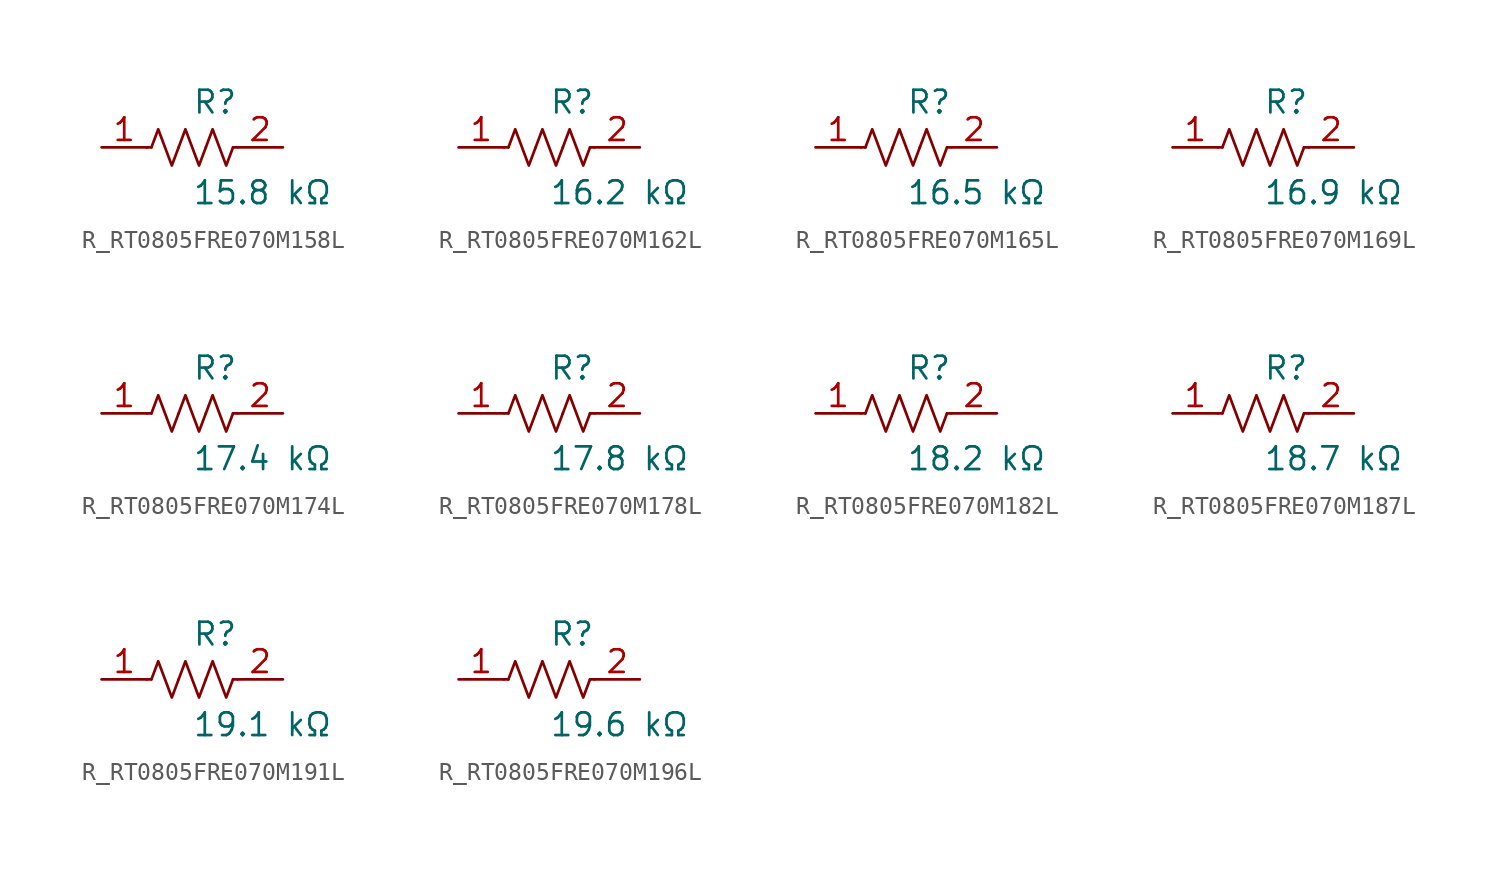
<source format=kicad_sym>
(kicad_symbol_lib
  (version 20231120)
  (generator kicad_symbol_editor)
  (generator_version 8.0)
  (symbol "R_RT0805FRE070M158L"
    (pin_names
      (offset 0.254))
    (property "Reference" "R"
      (at 0.0 2.54 0)
      (effects (font (size 1.27 1.27)) (justify left)))
    (property "Value" "15.8 kΩ"
      (at 0.0 -2.54 0)
      (effects (font (size 1.27 1.27)) (justify left)))
    (symbol "R_RT0805FRE070M158L_0_1"
      (polyline (pts (xy 2.286 0) (xy 2.54 0)) (stroke (width 0) (type default)) (fill (type none)))
      (polyline (pts (xy -2.286 0) (xy -2.54 0)) (stroke (width 0) (type default)) (fill (type none)))
      (polyline (pts (xy 0.762 0) (xy 1.143 1.016) (xy 1.524 0) (xy 1.905 -1.016) (xy 2.286 0)) (stroke (width 0) (type default)) (fill (type none)))
      (polyline (pts (xy -0.762 0) (xy -0.381 1.016) (xy 0 0) (xy 0.381 -1.016) (xy 0.762 0)) (stroke (width 0) (type default)) (fill (type none)))
      (polyline (pts (xy -2.286 0) (xy -1.905 1.016) (xy -1.524 0) (xy -1.143 -1.016) (xy -0.762 0)) (stroke (width 0) (type default)) (fill (type none))))
    (pin unspecified line
      (at -5.08 0 0)
      (length 2.54)
      (name "" (effects (font (size 1.27 1.27))))
      (number "1" (effects (font (size 1.27 1.27)))))
    (pin unspecified line
      (at 5.08 0 180)
      (length 2.54)
      (name "" (effects (font (size 1.27 1.27))))
      (number "2" (effects (font (size 1.27 1.27))))))
  (symbol "R_RT0805FRE070M162L"
    (pin_names
      (offset 0.254))
    (property "Reference" "R"
      (at 0.0 2.54 0)
      (effects (font (size 1.27 1.27)) (justify left)))
    (property "Value" "16.2 kΩ"
      (at 0.0 -2.54 0)
      (effects (font (size 1.27 1.27)) (justify left)))
    (symbol "R_RT0805FRE070M162L_0_1"
      (polyline (pts (xy 2.286 0) (xy 2.54 0)) (stroke (width 0) (type default)) (fill (type none)))
      (polyline (pts (xy -2.286 0) (xy -2.54 0)) (stroke (width 0) (type default)) (fill (type none)))
      (polyline (pts (xy 0.762 0) (xy 1.143 1.016) (xy 1.524 0) (xy 1.905 -1.016) (xy 2.286 0)) (stroke (width 0) (type default)) (fill (type none)))
      (polyline (pts (xy -0.762 0) (xy -0.381 1.016) (xy 0 0) (xy 0.381 -1.016) (xy 0.762 0)) (stroke (width 0) (type default)) (fill (type none)))
      (polyline (pts (xy -2.286 0) (xy -1.905 1.016) (xy -1.524 0) (xy -1.143 -1.016) (xy -0.762 0)) (stroke (width 0) (type default)) (fill (type none))))
    (pin unspecified line
      (at -5.08 0 0)
      (length 2.54)
      (name "" (effects (font (size 1.27 1.27))))
      (number "1" (effects (font (size 1.27 1.27)))))
    (pin unspecified line
      (at 5.08 0 180)
      (length 2.54)
      (name "" (effects (font (size 1.27 1.27))))
      (number "2" (effects (font (size 1.27 1.27))))))
  (symbol "R_RT0805FRE070M165L"
    (pin_names
      (offset 0.254))
    (property "Reference" "R"
      (at 0.0 2.54 0)
      (effects (font (size 1.27 1.27)) (justify left)))
    (property "Value" "16.5 kΩ"
      (at 0.0 -2.54 0)
      (effects (font (size 1.27 1.27)) (justify left)))
    (symbol "R_RT0805FRE070M165L_0_1"
      (polyline (pts (xy 2.286 0) (xy 2.54 0)) (stroke (width 0) (type default)) (fill (type none)))
      (polyline (pts (xy -2.286 0) (xy -2.54 0)) (stroke (width 0) (type default)) (fill (type none)))
      (polyline (pts (xy 0.762 0) (xy 1.143 1.016) (xy 1.524 0) (xy 1.905 -1.016) (xy 2.286 0)) (stroke (width 0) (type default)) (fill (type none)))
      (polyline (pts (xy -0.762 0) (xy -0.381 1.016) (xy 0 0) (xy 0.381 -1.016) (xy 0.762 0)) (stroke (width 0) (type default)) (fill (type none)))
      (polyline (pts (xy -2.286 0) (xy -1.905 1.016) (xy -1.524 0) (xy -1.143 -1.016) (xy -0.762 0)) (stroke (width 0) (type default)) (fill (type none))))
    (pin unspecified line
      (at -5.08 0 0)
      (length 2.54)
      (name "" (effects (font (size 1.27 1.27))))
      (number "1" (effects (font (size 1.27 1.27)))))
    (pin unspecified line
      (at 5.08 0 180)
      (length 2.54)
      (name "" (effects (font (size 1.27 1.27))))
      (number "2" (effects (font (size 1.27 1.27))))))
  (symbol "R_RT0805FRE070M169L"
    (pin_names
      (offset 0.254))
    (property "Reference" "R"
      (at 0.0 2.54 0)
      (effects (font (size 1.27 1.27)) (justify left)))
    (property "Value" "16.9 kΩ"
      (at 0.0 -2.54 0)
      (effects (font (size 1.27 1.27)) (justify left)))
    (symbol "R_RT0805FRE070M169L_0_1"
      (polyline (pts (xy 2.286 0) (xy 2.54 0)) (stroke (width 0) (type default)) (fill (type none)))
      (polyline (pts (xy -2.286 0) (xy -2.54 0)) (stroke (width 0) (type default)) (fill (type none)))
      (polyline (pts (xy 0.762 0) (xy 1.143 1.016) (xy 1.524 0) (xy 1.905 -1.016) (xy 2.286 0)) (stroke (width 0) (type default)) (fill (type none)))
      (polyline (pts (xy -0.762 0) (xy -0.381 1.016) (xy 0 0) (xy 0.381 -1.016) (xy 0.762 0)) (stroke (width 0) (type default)) (fill (type none)))
      (polyline (pts (xy -2.286 0) (xy -1.905 1.016) (xy -1.524 0) (xy -1.143 -1.016) (xy -0.762 0)) (stroke (width 0) (type default)) (fill (type none))))
    (pin unspecified line
      (at -5.08 0 0)
      (length 2.54)
      (name "" (effects (font (size 1.27 1.27))))
      (number "1" (effects (font (size 1.27 1.27)))))
    (pin unspecified line
      (at 5.08 0 180)
      (length 2.54)
      (name "" (effects (font (size 1.27 1.27))))
      (number "2" (effects (font (size 1.27 1.27))))))
  (symbol "R_RT0805FRE070M174L"
    (pin_names
      (offset 0.254))
    (property "Reference" "R"
      (at 0.0 2.54 0)
      (effects (font (size 1.27 1.27)) (justify left)))
    (property "Value" "17.4 kΩ"
      (at 0.0 -2.54 0)
      (effects (font (size 1.27 1.27)) (justify left)))
    (symbol "R_RT0805FRE070M174L_0_1"
      (polyline (pts (xy 2.286 0) (xy 2.54 0)) (stroke (width 0) (type default)) (fill (type none)))
      (polyline (pts (xy -2.286 0) (xy -2.54 0)) (stroke (width 0) (type default)) (fill (type none)))
      (polyline (pts (xy 0.762 0) (xy 1.143 1.016) (xy 1.524 0) (xy 1.905 -1.016) (xy 2.286 0)) (stroke (width 0) (type default)) (fill (type none)))
      (polyline (pts (xy -0.762 0) (xy -0.381 1.016) (xy 0 0) (xy 0.381 -1.016) (xy 0.762 0)) (stroke (width 0) (type default)) (fill (type none)))
      (polyline (pts (xy -2.286 0) (xy -1.905 1.016) (xy -1.524 0) (xy -1.143 -1.016) (xy -0.762 0)) (stroke (width 0) (type default)) (fill (type none))))
    (pin unspecified line
      (at -5.08 0 0)
      (length 2.54)
      (name "" (effects (font (size 1.27 1.27))))
      (number "1" (effects (font (size 1.27 1.27)))))
    (pin unspecified line
      (at 5.08 0 180)
      (length 2.54)
      (name "" (effects (font (size 1.27 1.27))))
      (number "2" (effects (font (size 1.27 1.27))))))
  (symbol "R_RT0805FRE070M178L"
    (pin_names
      (offset 0.254))
    (property "Reference" "R"
      (at 0.0 2.54 0)
      (effects (font (size 1.27 1.27)) (justify left)))
    (property "Value" "17.8 kΩ"
      (at 0.0 -2.54 0)
      (effects (font (size 1.27 1.27)) (justify left)))
    (symbol "R_RT0805FRE070M178L_0_1"
      (polyline (pts (xy 2.286 0) (xy 2.54 0)) (stroke (width 0) (type default)) (fill (type none)))
      (polyline (pts (xy -2.286 0) (xy -2.54 0)) (stroke (width 0) (type default)) (fill (type none)))
      (polyline (pts (xy 0.762 0) (xy 1.143 1.016) (xy 1.524 0) (xy 1.905 -1.016) (xy 2.286 0)) (stroke (width 0) (type default)) (fill (type none)))
      (polyline (pts (xy -0.762 0) (xy -0.381 1.016) (xy 0 0) (xy 0.381 -1.016) (xy 0.762 0)) (stroke (width 0) (type default)) (fill (type none)))
      (polyline (pts (xy -2.286 0) (xy -1.905 1.016) (xy -1.524 0) (xy -1.143 -1.016) (xy -0.762 0)) (stroke (width 0) (type default)) (fill (type none))))
    (pin unspecified line
      (at -5.08 0 0)
      (length 2.54)
      (name "" (effects (font (size 1.27 1.27))))
      (number "1" (effects (font (size 1.27 1.27)))))
    (pin unspecified line
      (at 5.08 0 180)
      (length 2.54)
      (name "" (effects (font (size 1.27 1.27))))
      (number "2" (effects (font (size 1.27 1.27))))))
  (symbol "R_RT0805FRE070M182L"
    (pin_names
      (offset 0.254))
    (property "Reference" "R"
      (at 0.0 2.54 0)
      (effects (font (size 1.27 1.27)) (justify left)))
    (property "Value" "18.2 kΩ"
      (at 0.0 -2.54 0)
      (effects (font (size 1.27 1.27)) (justify left)))
    (symbol "R_RT0805FRE070M182L_0_1"
      (polyline (pts (xy 2.286 0) (xy 2.54 0)) (stroke (width 0) (type default)) (fill (type none)))
      (polyline (pts (xy -2.286 0) (xy -2.54 0)) (stroke (width 0) (type default)) (fill (type none)))
      (polyline (pts (xy 0.762 0) (xy 1.143 1.016) (xy 1.524 0) (xy 1.905 -1.016) (xy 2.286 0)) (stroke (width 0) (type default)) (fill (type none)))
      (polyline (pts (xy -0.762 0) (xy -0.381 1.016) (xy 0 0) (xy 0.381 -1.016) (xy 0.762 0)) (stroke (width 0) (type default)) (fill (type none)))
      (polyline (pts (xy -2.286 0) (xy -1.905 1.016) (xy -1.524 0) (xy -1.143 -1.016) (xy -0.762 0)) (stroke (width 0) (type default)) (fill (type none))))
    (pin unspecified line
      (at -5.08 0 0)
      (length 2.54)
      (name "" (effects (font (size 1.27 1.27))))
      (number "1" (effects (font (size 1.27 1.27)))))
    (pin unspecified line
      (at 5.08 0 180)
      (length 2.54)
      (name "" (effects (font (size 1.27 1.27))))
      (number "2" (effects (font (size 1.27 1.27))))))
  (symbol "R_RT0805FRE070M187L"
    (pin_names
      (offset 0.254))
    (property "Reference" "R"
      (at 0.0 2.54 0)
      (effects (font (size 1.27 1.27)) (justify left)))
    (property "Value" "18.7 kΩ"
      (at 0.0 -2.54 0)
      (effects (font (size 1.27 1.27)) (justify left)))
    (symbol "R_RT0805FRE070M187L_0_1"
      (polyline (pts (xy 2.286 0) (xy 2.54 0)) (stroke (width 0) (type default)) (fill (type none)))
      (polyline (pts (xy -2.286 0) (xy -2.54 0)) (stroke (width 0) (type default)) (fill (type none)))
      (polyline (pts (xy 0.762 0) (xy 1.143 1.016) (xy 1.524 0) (xy 1.905 -1.016) (xy 2.286 0)) (stroke (width 0) (type default)) (fill (type none)))
      (polyline (pts (xy -0.762 0) (xy -0.381 1.016) (xy 0 0) (xy 0.381 -1.016) (xy 0.762 0)) (stroke (width 0) (type default)) (fill (type none)))
      (polyline (pts (xy -2.286 0) (xy -1.905 1.016) (xy -1.524 0) (xy -1.143 -1.016) (xy -0.762 0)) (stroke (width 0) (type default)) (fill (type none))))
    (pin unspecified line
      (at -5.08 0 0)
      (length 2.54)
      (name "" (effects (font (size 1.27 1.27))))
      (number "1" (effects (font (size 1.27 1.27)))))
    (pin unspecified line
      (at 5.08 0 180)
      (length 2.54)
      (name "" (effects (font (size 1.27 1.27))))
      (number "2" (effects (font (size 1.27 1.27))))))
  (symbol "R_RT0805FRE070M191L"
    (pin_names
      (offset 0.254))
    (property "Reference" "R"
      (at 0.0 2.54 0)
      (effects (font (size 1.27 1.27)) (justify left)))
    (property "Value" "19.1 kΩ"
      (at 0.0 -2.54 0)
      (effects (font (size 1.27 1.27)) (justify left)))
    (symbol "R_RT0805FRE070M191L_0_1"
      (polyline (pts (xy 2.286 0) (xy 2.54 0)) (stroke (width 0) (type default)) (fill (type none)))
      (polyline (pts (xy -2.286 0) (xy -2.54 0)) (stroke (width 0) (type default)) (fill (type none)))
      (polyline (pts (xy 0.762 0) (xy 1.143 1.016) (xy 1.524 0) (xy 1.905 -1.016) (xy 2.286 0)) (stroke (width 0) (type default)) (fill (type none)))
      (polyline (pts (xy -0.762 0) (xy -0.381 1.016) (xy 0 0) (xy 0.381 -1.016) (xy 0.762 0)) (stroke (width 0) (type default)) (fill (type none)))
      (polyline (pts (xy -2.286 0) (xy -1.905 1.016) (xy -1.524 0) (xy -1.143 -1.016) (xy -0.762 0)) (stroke (width 0) (type default)) (fill (type none))))
    (pin unspecified line
      (at -5.08 0 0)
      (length 2.54)
      (name "" (effects (font (size 1.27 1.27))))
      (number "1" (effects (font (size 1.27 1.27)))))
    (pin unspecified line
      (at 5.08 0 180)
      (length 2.54)
      (name "" (effects (font (size 1.27 1.27))))
      (number "2" (effects (font (size 1.27 1.27))))))
  (symbol "R_RT0805FRE070M196L"
    (pin_names
      (offset 0.254))
    (property "Reference" "R"
      (at 0.0 2.54 0)
      (effects (font (size 1.27 1.27)) (justify left)))
    (property "Value" "19.6 kΩ"
      (at 0.0 -2.54 0)
      (effects (font (size 1.27 1.27)) (justify left)))
    (symbol "R_RT0805FRE070M196L_0_1"
      (polyline (pts (xy 2.286 0) (xy 2.54 0)) (stroke (width 0) (type default)) (fill (type none)))
      (polyline (pts (xy -2.286 0) (xy -2.54 0)) (stroke (width 0) (type default)) (fill (type none)))
      (polyline (pts (xy 0.762 0) (xy 1.143 1.016) (xy 1.524 0) (xy 1.905 -1.016) (xy 2.286 0)) (stroke (width 0) (type default)) (fill (type none)))
      (polyline (pts (xy -0.762 0) (xy -0.381 1.016) (xy 0 0) (xy 0.381 -1.016) (xy 0.762 0)) (stroke (width 0) (type default)) (fill (type none)))
      (polyline (pts (xy -2.286 0) (xy -1.905 1.016) (xy -1.524 0) (xy -1.143 -1.016) (xy -0.762 0)) (stroke (width 0) (type default)) (fill (type none))))
    (pin unspecified line
      (at -5.08 0 0)
      (length 2.54)
      (name "" (effects (font (size 1.27 1.27))))
      (number "1" (effects (font (size 1.27 1.27)))))
    (pin unspecified line
      (at 5.08 0 180)
      (length 2.54)
      (name "" (effects (font (size 1.27 1.27))))
      (number "2" (effects (font (size 1.27 1.27)))))))
</source>
